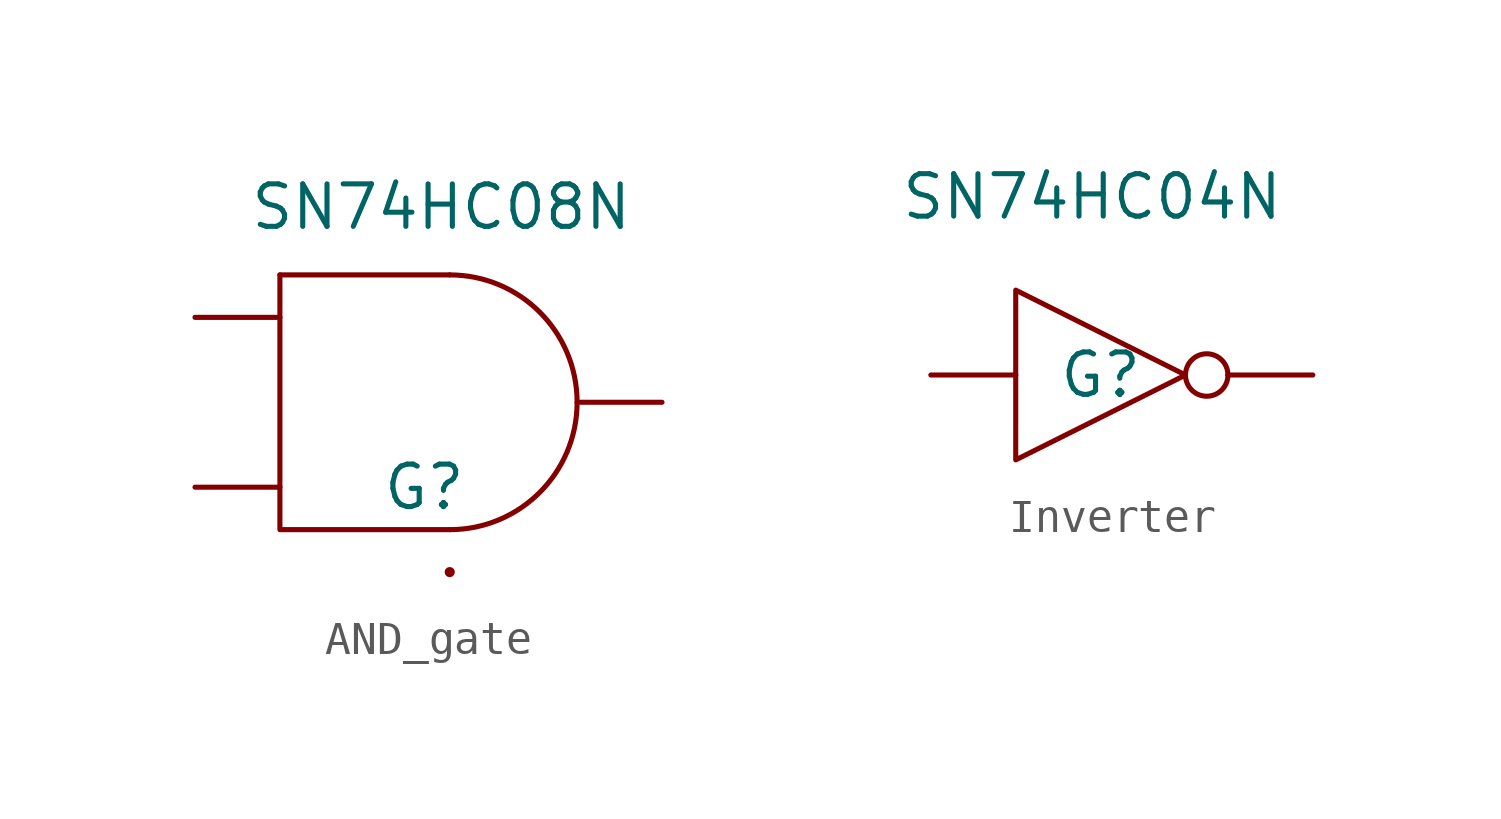
<source format=kicad_sym>
(kicad_symbol_lib
  (version 20231120)
  (generator "kicad_symbol_editor")
  (generator_version "8.0")
  (symbol "AND_gate"
    (property "Reference" "G"
      (at 0.508 -2.54 0)
      (effects (font (size 1.27 1.27))))
    (property "Value" "SN74HC08N"
      (at 1.016 5.842 0)
      (effects (font (size 1.27 1.27))))
    (symbol "AND_gate_0_1"
      (polyline (pts (xy -3.81 3.81) (xy 1.27 3.81)) (stroke (width 0) (type default)) (fill (type none)))
      (polyline (pts (xy -3.81 3.81) (xy -3.81 -3.81) (xy 1.27 -3.81)) (stroke (width 0) (type default)) (fill (type none)))
      (circle (center 1.27 -5.08) (radius 0.0001) (stroke (width 0) (type default)) (fill (type none)))
      (arc (start 1.27 -3.81) (mid 5.08 0) (end 1.27 3.81) (stroke (width 0) (type default)) (fill (type none))))
    (symbol "AND_gate_1_1"
      (pin input line (at -6.35 -2.54 0) (length 2.54) (name "" (effects (font (size 1.27 1.27)))) (number "" (effects (font (size 1.27 1.27)))))
      (pin input line (at -6.35 2.54 0) (length 2.54) (name "" (effects (font (size 1.27 1.27)))) (number "" (effects (font (size 1.27 1.27)))))
      (pin output line (at 7.62 0 180) (length 2.54) (name "" (effects (font (size 1.27 1.27)))) (number "" (effects (font (size 1.27 1.27)))))))
  (symbol "Inverter"
    (property "Reference" "G"
      (at 0 0 0)
      (effects (font (size 1.27 1.27))))
    (property "Value" "SN74HC04N"
      (at -0.254 5.334 0)
      (effects (font (size 1.27 1.27))))
    (symbol "Inverter_0_1"
      (polyline (pts (xy -2.54 -2.54) (xy -2.54 2.54) (xy 2.54 0) (xy -2.54 -2.54)) (stroke (width 0) (type default)) (fill (type none)))
      (arc (start 2.54 0) (mid 3.175 -0.635) (end 3.81 0) (stroke (width 0) (type default)) (fill (type none)))
      (arc (start 3.81 0) (mid 3.175 0.635) (end 2.54 0) (stroke (width 0) (type default)) (fill (type none))))
    (symbol "Inverter_1_1"
      (pin input line (at -5.08 0 0) (length 2.54) (name "" (effects (font (size 1.27 1.27)))) (number "" (effects (font (size 1.27 1.27)))))
      (pin output line (at 6.35 0 180) (length 2.54) (name "" (effects (font (size 1.27 1.27)))) (number "" (effects (font (size 1.27 1.27))))))))
</source>
